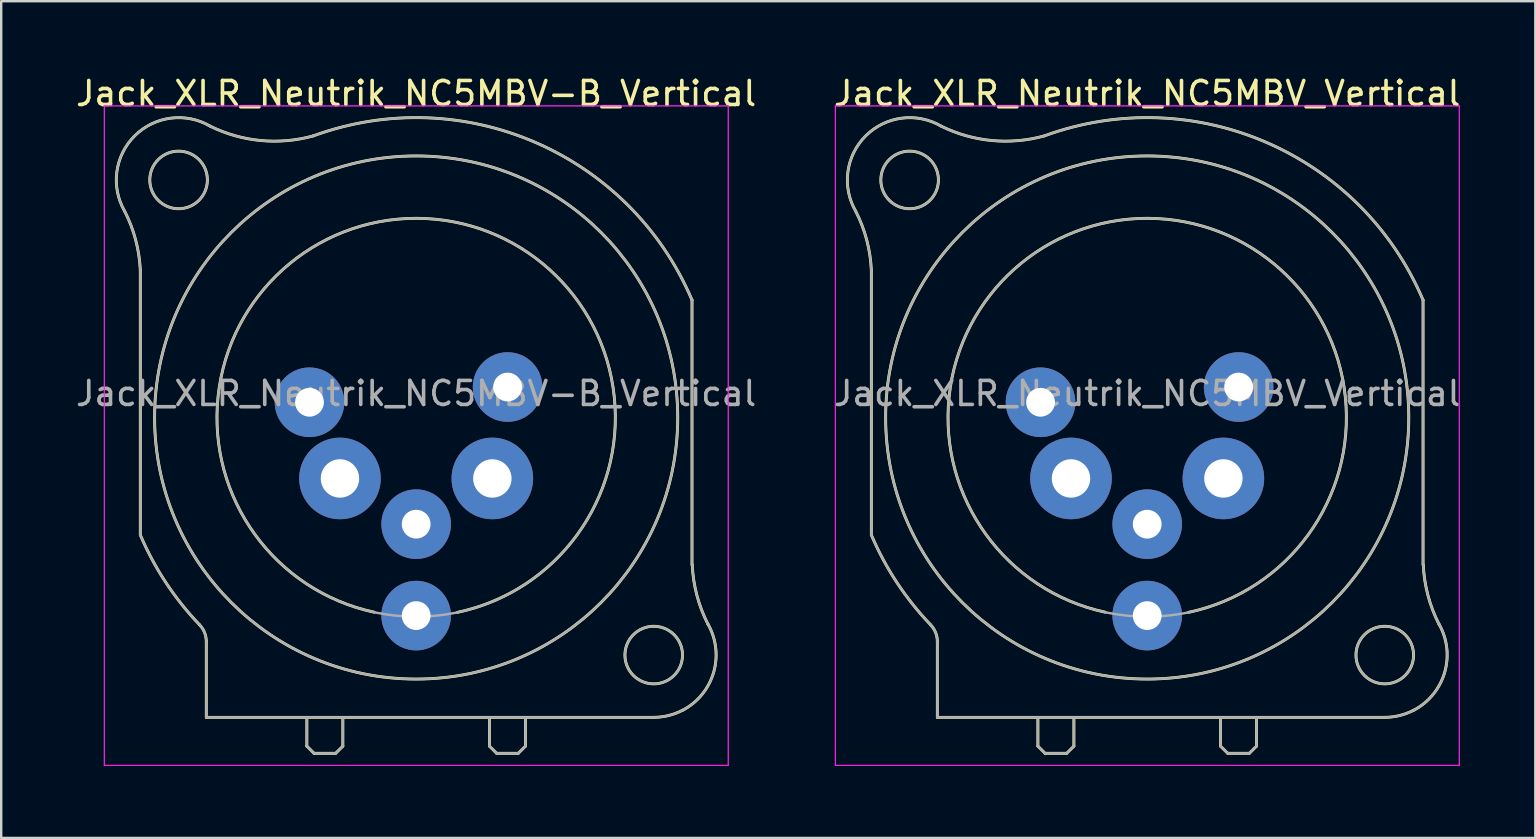
<source format=kicad_pcb>
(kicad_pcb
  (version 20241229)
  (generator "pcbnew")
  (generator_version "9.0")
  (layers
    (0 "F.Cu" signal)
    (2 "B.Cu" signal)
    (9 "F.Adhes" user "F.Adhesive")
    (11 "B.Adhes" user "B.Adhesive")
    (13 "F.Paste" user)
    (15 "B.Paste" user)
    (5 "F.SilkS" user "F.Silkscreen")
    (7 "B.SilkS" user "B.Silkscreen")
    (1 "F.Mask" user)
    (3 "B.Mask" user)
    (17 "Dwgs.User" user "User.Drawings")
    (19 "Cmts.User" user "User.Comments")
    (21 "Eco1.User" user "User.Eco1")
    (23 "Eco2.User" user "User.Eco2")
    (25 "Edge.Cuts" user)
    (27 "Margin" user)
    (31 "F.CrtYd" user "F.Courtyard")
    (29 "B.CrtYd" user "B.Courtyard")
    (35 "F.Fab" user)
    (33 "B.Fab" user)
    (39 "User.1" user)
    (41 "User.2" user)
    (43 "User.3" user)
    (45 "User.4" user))
  (footprint "Jack_XLR_Neutrik_NC5MBV-B_Vertical"
    (layer "F.Cu")
    (at 9.847 13.713)
    (property "Reference" "Jack_XLR_Neutrik_NC5MBV-B_Vertical" (at 4.445 -12.865 0) (layer "F.SilkS") (effects (font (size 1 1) (thickness 0.15))))
    (attr through_hole)
    (fp_line (start -7.05 -5.5) (end -7.05 5.53) (stroke (width 0.12) (type solid)) (layer "F.SilkS"))
    (fp_line (start -4.3 9.97) (end -4.3 13.13) (stroke (width 0.12) (type solid)) (layer "F.SilkS"))
    (fp_line (start -0.11 13.13) (end -0.11 14.33) (stroke (width 0.12) (type solid)) (layer "F.SilkS"))
    (fp_line (start -0.11 14.33) (end 0.19 14.63) (stroke (width 0.12) (type solid)) (layer "F.SilkS"))
    (fp_line (start 0.19 14.63) (end 1.09 14.63) (stroke (width 0.12) (type solid)) (layer "F.SilkS"))
    (fp_line (start 1.39 13.13) (end 1.39 14.33) (stroke (width 0.12) (type solid)) (layer "F.SilkS"))
    (fp_line (start 1.39 14.33) (end 1.09 14.63) (stroke (width 0.12) (type solid)) (layer "F.SilkS"))
    (fp_line (start 7.5 13.13) (end 7.5 14.33) (stroke (width 0.12) (type solid)) (layer "F.SilkS"))
    (fp_line (start 7.5 14.33) (end 7.8 14.63) (stroke (width 0.12) (type solid)) (layer "F.SilkS"))
    (fp_line (start 8.7 14.63) (end 7.8 14.63) (stroke (width 0.12) (type solid)) (layer "F.SilkS"))
    (fp_line (start 9 13.13) (end 9 14.33) (stroke (width 0.12) (type solid)) (layer "F.SilkS"))
    (fp_line (start 9 14.33) (end 8.7 14.63) (stroke (width 0.12) (type solid)) (layer "F.SilkS"))
    (fp_line (start 14.34 13.13) (end -4.3 13.13) (stroke (width 0.12) (type solid)) (layer "F.SilkS"))
    (fp_line (start 15.94 6.77) (end 15.94 -4.26) (stroke (width 0.12) (type solid)) (layer "F.SilkS"))
    (fp_arc (start -7.706072 -7.969016) (mid -7.245016 -6.769854) (end -7.05 -5.5) (stroke (width 0.12) (type solid)) (layer "F.SilkS"))
    (fp_arc (start -7.701898 -7.960402) (mid -7.280108 -11.106809) (end -4.13 -11.5) (stroke (width 0.12) (type solid)) (layer "F.SilkS"))
    (fp_arc (start -4.57767 9.277192) (mid -5.983521 7.515552) (end -7.05 5.53) (stroke (width 0.12) (type solid)) (layer "F.SilkS"))
    (fp_arc (start -4.577033 9.279118) (mid -4.371839 9.597822) (end -4.3 9.97) (stroke (width 0.12) (type solid)) (layer "F.SilkS"))
    (fp_arc (start 0.155138 -11.099295) (mid -2.024203 -10.906412) (end -4.13 -11.5) (stroke (width 0.12) (type solid)) (layer "F.SilkS"))
    (fp_arc (start 0.15831 -11.100431) (mid 9.413683 -10.828344) (end 15.94 -4.26) (stroke (width 0.12) (type solid)) (layer "F.SilkS"))
    (fp_arc (start 2.7 8.75) (mid 4.457421 -7.665488) (end 6.165706 8.755186) (stroke (width 0.12) (type solid)) (layer "F.SilkS"))
    (fp_arc (start 15.548589 12.832023) (mid 14.96239 13.054406) (end 14.34 13.13) (stroke (width 0.12) (type solid)) (layer "F.SilkS"))
    (fp_arc (start 16.602795 9.242305) (mid 16.840071 11.256668) (end 15.56 12.83) (stroke (width 0.12) (type solid)) (layer "F.SilkS"))
    (fp_arc (start 16.607596 9.253415) (mid 16.144453 8.047281) (end 15.95 6.77) (stroke (width 0.12) (type solid)) (layer "F.SilkS"))
    (fp_circle (center -5.455 -9.265) (end -4.255 -9.265) (stroke (width 0.12) (type solid)) (fill no) (layer "F.SilkS"))
    (fp_circle (center 4.445 0.635) (end 15.345 0.635) (stroke (width 0.12) (type solid)) (fill no) (layer "F.SilkS"))
    (fp_circle (center 14.345 10.535) (end 15.545 10.535) (stroke (width 0.12) (type solid)) (fill no) (layer "F.SilkS"))
    (fp_line (start -8.55 -12.35) (end 17.45 -12.35) (stroke (width 0.05) (type solid)) (layer "F.CrtYd"))
    (fp_line (start -8.55 15.13) (end -8.55 -12.35) (stroke (width 0.05) (type solid)) (layer "F.CrtYd"))
    (fp_line (start 17.45 -12.35) (end 17.45 15.13) (stroke (width 0.05) (type solid)) (layer "F.CrtYd"))
    (fp_line (start 17.45 15.13) (end -8.55 15.13) (stroke (width 0.05) (type solid)) (layer "F.CrtYd"))
    (fp_line (start -7.05 -5.5) (end -7.05 5.53) (stroke (width 0.1) (type solid)) (layer "F.Fab"))
    (fp_line (start -4.3 9.97) (end -4.3 13.13) (stroke (width 0.1) (type solid)) (layer "F.Fab"))
    (fp_line (start -0.11 13.13) (end -0.11 14.33) (stroke (width 0.1) (type solid)) (layer "F.Fab"))
    (fp_line (start -0.11 14.33) (end 0.19 14.63) (stroke (width 0.1) (type solid)) (layer "F.Fab"))
    (fp_line (start 0.19 14.63) (end 1.09 14.63) (stroke (width 0.1) (type solid)) (layer "F.Fab"))
    (fp_line (start 1.39 13.13) (end 1.39 14.33) (stroke (width 0.1) (type solid)) (layer "F.Fab"))
    (fp_line (start 1.39 14.33) (end 1.09 14.63) (stroke (width 0.1) (type solid)) (layer "F.Fab"))
    (fp_line (start 7.5 13.13) (end 7.5 14.33) (stroke (width 0.1) (type solid)) (layer "F.Fab"))
    (fp_line (start 7.5 14.33) (end 7.8 14.63) (stroke (width 0.1) (type solid)) (layer "F.Fab"))
    (fp_line (start 8.7 14.63) (end 7.8 14.63) (stroke (width 0.1) (type solid)) (layer "F.Fab"))
    (fp_line (start 9 13.13) (end 9 14.33) (stroke (width 0.1) (type solid)) (layer "F.Fab"))
    (fp_line (start 9 14.33) (end 8.7 14.63) (stroke (width 0.1) (type solid)) (layer "F.Fab"))
    (fp_line (start 14.34 13.13) (end -4.3 13.13) (stroke (width 0.1) (type solid)) (layer "F.Fab"))
    (fp_line (start 15.94 6.77) (end 15.94 -4.26) (stroke (width 0.1) (type solid)) (layer "F.Fab"))
    (fp_arc (start -7.706072 -7.969016) (mid -7.245016 -6.769854) (end -7.05 -5.5) (stroke (width 0.1) (type solid)) (layer "F.Fab"))
    (fp_arc (start -7.701898 -7.960402) (mid -7.280108 -11.106809) (end -4.13 -11.5) (stroke (width 0.1) (type solid)) (layer "F.Fab"))
    (fp_arc (start -4.57767 9.277192) (mid -5.983521 7.515552) (end -7.05 5.53) (stroke (width 0.1) (type solid)) (layer "F.Fab"))
    (fp_arc (start -4.577033 9.279118) (mid -4.371839 9.597822) (end -4.3 9.97) (stroke (width 0.1) (type solid)) (layer "F.Fab"))
    (fp_arc (start 0.155138 -11.099295) (mid -2.024203 -10.906412) (end -4.13 -11.5) (stroke (width 0.1) (type solid)) (layer "F.Fab"))
    (fp_arc (start 0.15831 -11.100431) (mid 9.413683 -10.828344) (end 15.94 -4.26) (stroke (width 0.1) (type solid)) (layer "F.Fab"))
    (fp_arc (start 16.564991 9.168414) (mid 16.616945 11.80321) (end 14.34 13.13) (stroke (width 0.1) (type solid)) (layer "F.Fab"))
    (fp_arc (start 16.574479 9.187942) (mid 16.135172 8.011789) (end 15.95 6.77) (stroke (width 0.1) (type solid)) (layer "F.Fab"))
    (fp_circle (center -5.455 -9.265) (end -4.255 -9.265) (stroke (width 0.1) (type solid)) (fill no) (layer "F.Fab"))
    (fp_circle (center 4.445 0.635) (end 12.745 0.635) (stroke (width 0.1) (type solid)) (fill no) (layer "F.Fab"))
    (fp_circle (center 4.445 0.635) (end 15.345 0.635) (stroke (width 0.1) (type solid)) (fill no) (layer "F.Fab"))
    (fp_circle (center 14.345 10.535) (end 15.545 10.535) (stroke (width 0.1) (type solid)) (fill no) (layer "F.Fab"))
    (fp_text user "${REFERENCE}" (at 4.445 -0.365 0) (layer "F.Fab") (effects (font (size 1 1) (thickness 0.15))))
    (pad "1" thru_hole circle (at 0 0) (size 2.9 2.9) (drill 1.2) (layers "*.Cu" "*.Mask"))
    (pad "2" thru_hole circle (at 1.27 3.175) (size 3.4 3.4) (drill 1.6) (layers "*.Cu" "*.Mask"))
    (pad "3" thru_hole circle (at 4.445 5.08) (size 2.9 2.9) (drill 1.2) (layers "*.Cu" "*.Mask"))
    (pad "4" thru_hole circle (at 7.62 3.175) (size 3.4 3.4) (drill 1.6) (layers "*.Cu" "*.Mask"))
    (pad "5" thru_hole circle (at 8.255 -0.635) (size 2.9 2.9) (drill 1.2) (layers "*.Cu" "*.Mask"))
    (pad "G" thru_hole circle (at 4.445 8.89) (size 2.9 2.9) (drill 1.2) (layers "*.Cu" "*.Mask")))
  (footprint "Jack_XLR_Neutrik_NC5MBV_Vertical"
    (layer "F.Cu")
    (at 40.311 13.713)
    (property "Reference" "Jack_XLR_Neutrik_NC5MBV_Vertical" (at 4.445 -12.865 0) (layer "F.SilkS") (effects (font (size 1 1) (thickness 0.15))))
    (attr through_hole)
    (fp_line (start -7.05 -5.5) (end -7.05 5.53) (stroke (width 0.12) (type solid)) (layer "F.SilkS"))
    (fp_line (start -4.3 9.97) (end -4.3 13.13) (stroke (width 0.12) (type solid)) (layer "F.SilkS"))
    (fp_line (start -0.11 13.13) (end -0.11 14.33) (stroke (width 0.12) (type solid)) (layer "F.SilkS"))
    (fp_line (start -0.11 14.33) (end 0.19 14.63) (stroke (width 0.12) (type solid)) (layer "F.SilkS"))
    (fp_line (start 0.19 14.63) (end 1.09 14.63) (stroke (width 0.12) (type solid)) (layer "F.SilkS"))
    (fp_line (start 1.39 13.13) (end 1.39 14.33) (stroke (width 0.12) (type solid)) (layer "F.SilkS"))
    (fp_line (start 1.39 14.33) (end 1.09 14.63) (stroke (width 0.12) (type solid)) (layer "F.SilkS"))
    (fp_line (start 7.5 13.13) (end 7.5 14.33) (stroke (width 0.12) (type solid)) (layer "F.SilkS"))
    (fp_line (start 7.5 14.33) (end 7.8 14.63) (stroke (width 0.12) (type solid)) (layer "F.SilkS"))
    (fp_line (start 8.7 14.63) (end 7.8 14.63) (stroke (width 0.12) (type solid)) (layer "F.SilkS"))
    (fp_line (start 9 13.13) (end 9 14.33) (stroke (width 0.12) (type solid)) (layer "F.SilkS"))
    (fp_line (start 9 14.33) (end 8.7 14.63) (stroke (width 0.12) (type solid)) (layer "F.SilkS"))
    (fp_line (start 14.34 13.13) (end -4.3 13.13) (stroke (width 0.12) (type solid)) (layer "F.SilkS"))
    (fp_line (start 15.94 6.77) (end 15.94 -4.26) (stroke (width 0.12) (type solid)) (layer "F.SilkS"))
    (fp_arc (start -7.706072 -7.969016) (mid -7.245016 -6.769854) (end -7.05 -5.5) (stroke (width 0.12) (type solid)) (layer "F.SilkS"))
    (fp_arc (start -7.701898 -7.960402) (mid -7.280108 -11.106809) (end -4.13 -11.5) (stroke (width 0.12) (type solid)) (layer "F.SilkS"))
    (fp_arc (start -4.57767 9.277192) (mid -5.983521 7.515552) (end -7.05 5.53) (stroke (width 0.12) (type solid)) (layer "F.SilkS"))
    (fp_arc (start -4.577033 9.279118) (mid -4.371839 9.597822) (end -4.3 9.97) (stroke (width 0.12) (type solid)) (layer "F.SilkS"))
    (fp_arc (start 0.155138 -11.099295) (mid -2.024203 -10.906412) (end -4.13 -11.5) (stroke (width 0.12) (type solid)) (layer "F.SilkS"))
    (fp_arc (start 0.15831 -11.100431) (mid 9.413683 -10.828344) (end 15.94 -4.26) (stroke (width 0.12) (type solid)) (layer "F.SilkS"))
    (fp_arc (start 2.7 8.75) (mid 4.457421 -7.665488) (end 6.165706 8.755186) (stroke (width 0.12) (type solid)) (layer "F.SilkS"))
    (fp_arc (start 15.548589 12.832023) (mid 14.96239 13.054406) (end 14.34 13.13) (stroke (width 0.12) (type solid)) (layer "F.SilkS"))
    (fp_arc (start 16.602795 9.242305) (mid 16.840071 11.256668) (end 15.56 12.83) (stroke (width 0.12) (type solid)) (layer "F.SilkS"))
    (fp_arc (start 16.607596 9.253415) (mid 16.144453 8.047281) (end 15.95 6.77) (stroke (width 0.12) (type solid)) (layer "F.SilkS"))
    (fp_circle (center -5.455 -9.265) (end -4.255 -9.265) (stroke (width 0.12) (type solid)) (fill no) (layer "F.SilkS"))
    (fp_circle (center 4.445 0.635) (end 15.345 0.635) (stroke (width 0.12) (type solid)) (fill no) (layer "F.SilkS"))
    (fp_circle (center 14.345 10.535) (end 15.545 10.535) (stroke (width 0.12) (type solid)) (fill no) (layer "F.SilkS"))
    (fp_line (start -8.55 -12.35) (end 17.45 -12.35) (stroke (width 0.05) (type solid)) (layer "F.CrtYd"))
    (fp_line (start -8.55 15.13) (end -8.55 -12.35) (stroke (width 0.05) (type solid)) (layer "F.CrtYd"))
    (fp_line (start 17.45 -12.35) (end 17.45 15.13) (stroke (width 0.05) (type solid)) (layer "F.CrtYd"))
    (fp_line (start 17.45 15.13) (end -8.55 15.13) (stroke (width 0.05) (type solid)) (layer "F.CrtYd"))
    (fp_line (start -7.05 -5.5) (end -7.05 5.53) (stroke (width 0.1) (type solid)) (layer "F.Fab"))
    (fp_line (start -4.3 9.97) (end -4.3 13.13) (stroke (width 0.1) (type solid)) (layer "F.Fab"))
    (fp_line (start -0.11 13.13) (end -0.11 14.33) (stroke (width 0.1) (type solid)) (layer "F.Fab"))
    (fp_line (start -0.11 14.33) (end 0.19 14.63) (stroke (width 0.1) (type solid)) (layer "F.Fab"))
    (fp_line (start 0.19 14.63) (end 1.09 14.63) (stroke (width 0.1) (type solid)) (layer "F.Fab"))
    (fp_line (start 1.39 13.13) (end 1.39 14.33) (stroke (width 0.1) (type solid)) (layer "F.Fab"))
    (fp_line (start 1.39 14.33) (end 1.09 14.63) (stroke (width 0.1) (type solid)) (layer "F.Fab"))
    (fp_line (start 7.5 13.13) (end 7.5 14.33) (stroke (width 0.1) (type solid)) (layer "F.Fab"))
    (fp_line (start 7.5 14.33) (end 7.8 14.63) (stroke (width 0.1) (type solid)) (layer "F.Fab"))
    (fp_line (start 8.7 14.63) (end 7.8 14.63) (stroke (width 0.1) (type solid)) (layer "F.Fab"))
    (fp_line (start 9 13.13) (end 9 14.33) (stroke (width 0.1) (type solid)) (layer "F.Fab"))
    (fp_line (start 9 14.33) (end 8.7 14.63) (stroke (width 0.1) (type solid)) (layer "F.Fab"))
    (fp_line (start 14.34 13.13) (end -4.3 13.13) (stroke (width 0.1) (type solid)) (layer "F.Fab"))
    (fp_line (start 15.94 6.77) (end 15.94 -4.26) (stroke (width 0.1) (type solid)) (layer "F.Fab"))
    (fp_arc (start -7.706072 -7.969016) (mid -7.245016 -6.769854) (end -7.05 -5.5) (stroke (width 0.1) (type solid)) (layer "F.Fab"))
    (fp_arc (start -7.701898 -7.960402) (mid -7.280108 -11.106809) (end -4.13 -11.5) (stroke (width 0.1) (type solid)) (layer "F.Fab"))
    (fp_arc (start -4.57767 9.277192) (mid -5.983521 7.515552) (end -7.05 5.53) (stroke (width 0.1) (type solid)) (layer "F.Fab"))
    (fp_arc (start -4.577033 9.279118) (mid -4.371839 9.597822) (end -4.3 9.97) (stroke (width 0.1) (type solid)) (layer "F.Fab"))
    (fp_arc (start 0.155138 -11.099295) (mid -2.024203 -10.906412) (end -4.13 -11.5) (stroke (width 0.1) (type solid)) (layer "F.Fab"))
    (fp_arc (start 0.15831 -11.100431) (mid 9.413683 -10.828344) (end 15.94 -4.26) (stroke (width 0.1) (type solid)) (layer "F.Fab"))
    (fp_arc (start 16.564991 9.168414) (mid 16.616945 11.80321) (end 14.34 13.13) (stroke (width 0.1) (type solid)) (layer "F.Fab"))
    (fp_arc (start 16.574479 9.187942) (mid 16.135172 8.011789) (end 15.95 6.77) (stroke (width 0.1) (type solid)) (layer "F.Fab"))
    (fp_circle (center -5.455 -9.265) (end -4.255 -9.265) (stroke (width 0.1) (type solid)) (fill no) (layer "F.Fab"))
    (fp_circle (center 4.445 0.635) (end 12.745 0.635) (stroke (width 0.1) (type solid)) (fill no) (layer "F.Fab"))
    (fp_circle (center 4.445 0.635) (end 15.345 0.635) (stroke (width 0.1) (type solid)) (fill no) (layer "F.Fab"))
    (fp_circle (center 14.345 10.535) (end 15.545 10.535) (stroke (width 0.1) (type solid)) (fill no) (layer "F.Fab"))
    (fp_text user "${REFERENCE}" (at 4.445 -0.365 0) (layer "F.Fab") (effects (font (size 1 1) (thickness 0.15))))
    (pad "1" thru_hole circle (at 0 0) (size 2.9 2.9) (drill 1.2) (layers "*.Cu" "*.Mask"))
    (pad "2" thru_hole circle (at 1.27 3.175) (size 3.4 3.4) (drill 1.6) (layers "*.Cu" "*.Mask"))
    (pad "3" thru_hole circle (at 4.445 5.08) (size 2.9 2.9) (drill 1.2) (layers "*.Cu" "*.Mask"))
    (pad "4" thru_hole circle (at 7.62 3.175) (size 3.4 3.4) (drill 1.6) (layers "*.Cu" "*.Mask"))
    (pad "5" thru_hole circle (at 8.255 -0.635) (size 2.9 2.9) (drill 1.2) (layers "*.Cu" "*.Mask"))
    (pad "G" thru_hole circle (at 4.445 8.89) (size 2.9 2.9) (drill 1.2) (layers "*.Cu" "*.Mask")))
  (gr_rect
    (start -3 -3)
    (end 60.929 31.868)
    (stroke (width 0.1) (type default))
    (fill no)
    (layer "Edge.Cuts")))
</source>
